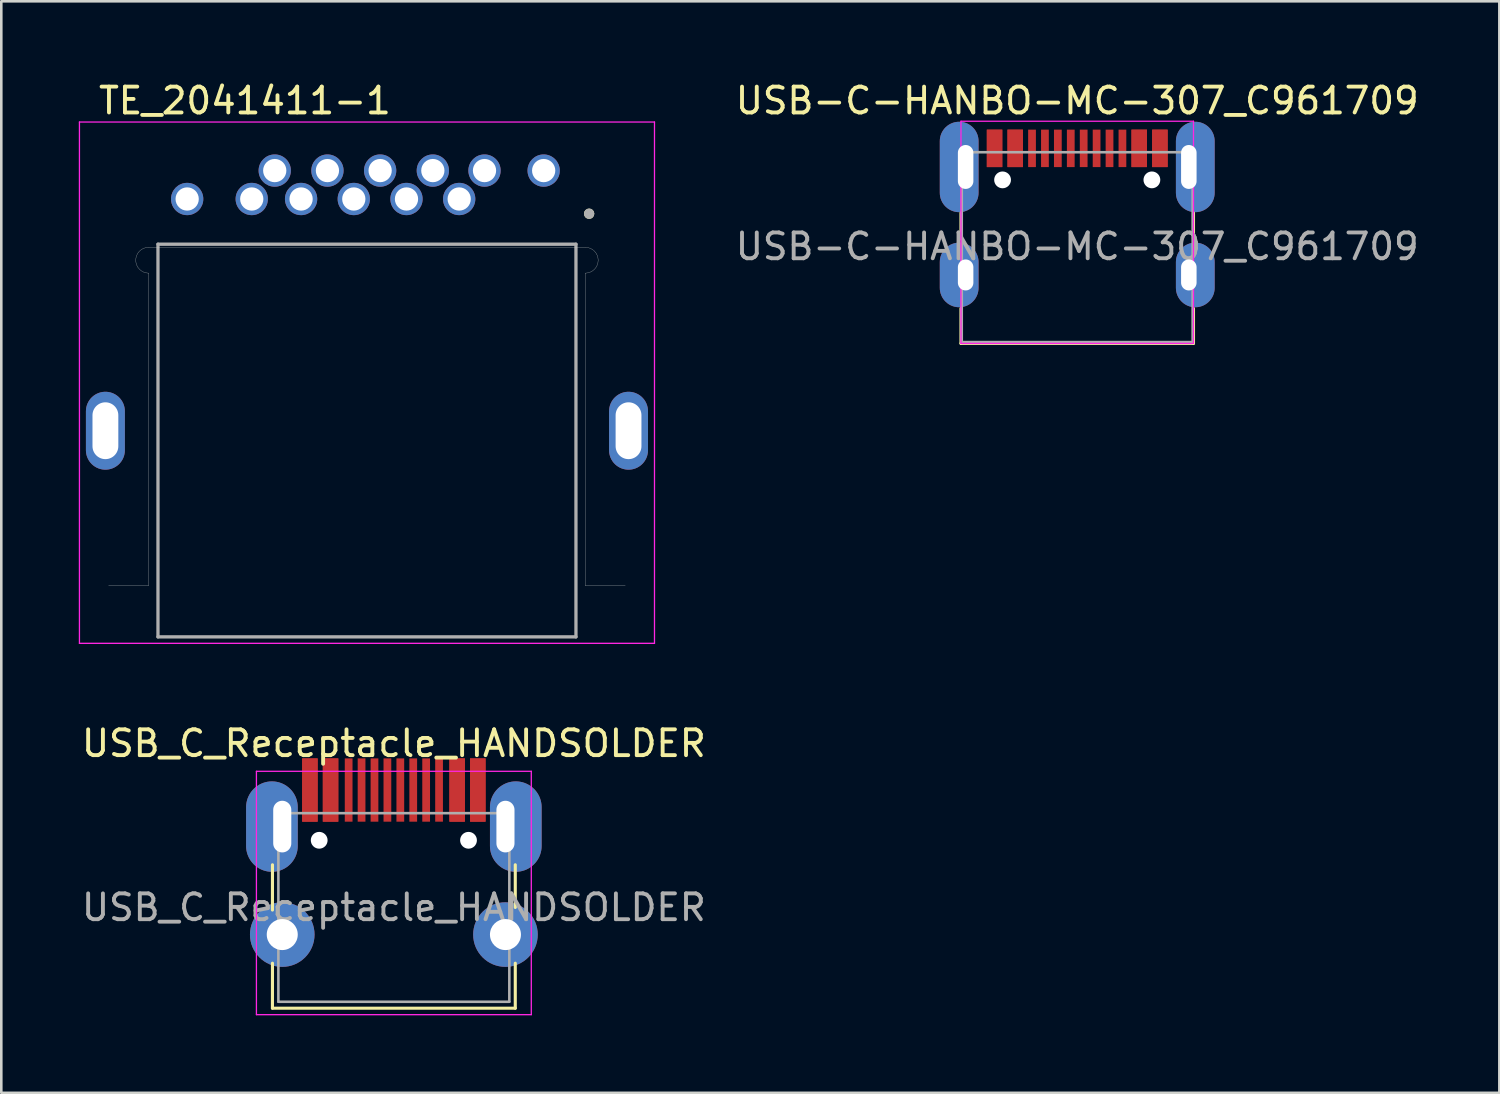
<source format=kicad_pcb>
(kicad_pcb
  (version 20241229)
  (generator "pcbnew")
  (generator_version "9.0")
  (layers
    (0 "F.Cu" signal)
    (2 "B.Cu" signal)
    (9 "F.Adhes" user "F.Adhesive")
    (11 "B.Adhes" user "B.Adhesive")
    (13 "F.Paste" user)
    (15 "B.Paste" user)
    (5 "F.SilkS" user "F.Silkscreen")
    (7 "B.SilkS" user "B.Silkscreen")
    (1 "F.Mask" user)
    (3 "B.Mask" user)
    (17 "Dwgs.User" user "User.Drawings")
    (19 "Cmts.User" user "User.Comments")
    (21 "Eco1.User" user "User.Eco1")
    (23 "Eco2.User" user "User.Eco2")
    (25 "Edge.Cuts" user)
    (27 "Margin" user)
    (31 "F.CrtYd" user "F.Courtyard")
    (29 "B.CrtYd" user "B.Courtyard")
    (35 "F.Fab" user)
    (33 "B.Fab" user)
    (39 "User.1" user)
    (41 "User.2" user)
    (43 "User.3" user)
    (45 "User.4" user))
  (footprint "USB-C-HANBO-MC-307_C961709"
    (layer "F.Cu")
    (at 38.649 7.593)
    (property "Reference" "USB-C-HANBO-MC-307_C961709" (at 0 -6.745 0) (layer "F.SilkS") (effects (font (size 1 1) (thickness 0.15))))
    (attr smd)
    (fp_line (start -4.5 -2.4) (end -4.5 -1.4) (stroke (width 0.12) (type solid)) (layer "F.SilkS"))
    (fp_line (start -4.5 1.3) (end -4.5 2.65) (stroke (width 0.12) (type solid)) (layer "F.SilkS"))
    (fp_line (start -4.5 2.65) (end 4.5 2.65) (stroke (width 0.12) (type solid)) (layer "F.SilkS"))
    (fp_line (start 4.5 -2.4) (end 4.5 -1.4) (stroke (width 0.12) (type solid)) (layer "F.SilkS"))
    (fp_line (start 4.5 1.3) (end 4.5 2.65) (stroke (width 0.12) (type solid)) (layer "F.SilkS"))
    (fp_line (start -4.5 -5.95) (end -4.5 2.65) (stroke (width 0.05) (type solid)) (layer "F.CrtYd"))
    (fp_line (start -4.5 -5.95) (end 4.5 -5.95) (stroke (width 0.05) (type solid)) (layer "F.CrtYd"))
    (fp_line (start -4.5 2.65) (end 4.5 2.65) (stroke (width 0.05) (type solid)) (layer "F.CrtYd"))
    (fp_line (start 4.5 -5.95) (end 4.5 2.65) (stroke (width 0.05) (type solid)) (layer "F.CrtYd"))
    (fp_line (start -4.47 -4.75) (end -4.47 2.6) (stroke (width 0.1) (type solid)) (layer "F.Fab"))
    (fp_line (start -4.47 -4.75) (end 4.47 -4.75) (stroke (width 0.1) (type solid)) (layer "F.Fab"))
    (fp_line (start -4.47 2.6) (end 4.47 2.6) (stroke (width 0.1) (type solid)) (layer "F.Fab"))
    (fp_line (start 4.47 -4.75) (end 4.47 2.6) (stroke (width 0.1) (type solid)) (layer "F.Fab"))
    (fp_text user "${REFERENCE}" (at 0 -1.1 0) (layer "F.Fab") (effects (font (size 1 1) (thickness 0.15))))
    (pad "" np_thru_hole circle (at -2.89 -3.68) (size 0.65 0.65) (drill 0.65) (layers "*.Cu" "*.Mask"))
    (pad "" np_thru_hole circle (at 2.89 -3.68) (size 0.65 0.65) (drill 0.65) (layers "*.Cu" "*.Mask"))
    (pad "A1" smd rect (at -3.2 -4.9) (size 0.6 1.45) (layers "F.Cu" "F.Mask" "F.Paste"))
    (pad "A4" smd rect (at -2.4 -4.9) (size 0.6 1.45) (layers "F.Cu" "F.Mask" "F.Paste"))
    (pad "A5" smd rect (at -1.25 -4.9) (size 0.3 1.45) (layers "F.Cu" "F.Mask" "F.Paste"))
    (pad "A6" smd rect (at -0.25 -4.9) (size 0.3 1.45) (layers "F.Cu" "F.Mask" "F.Paste"))
    (pad "A7" smd rect (at 0.25 -4.9) (size 0.3 1.45) (layers "F.Cu" "F.Mask" "F.Paste"))
    (pad "A8" smd rect (at 1.25 -4.9) (size 0.3 1.45) (layers "F.Cu" "F.Mask" "F.Paste"))
    (pad "A9" smd rect (at 2.4 -4.9) (size 0.6 1.45) (layers "F.Cu" "F.Mask" "F.Paste"))
    (pad "A12" smd rect (at 3.2 -4.9) (size 0.6 1.45) (layers "F.Cu" "F.Mask" "F.Paste"))
    (pad "B1" smd rect (at 3.2 -4.9) (size 0.6 1.45) (layers "F.Cu" "F.Mask" "F.Paste"))
    (pad "B4" smd rect (at 2.4 -4.9) (size 0.6 1.45) (layers "F.Cu" "F.Mask" "F.Paste"))
    (pad "B5" smd rect (at 1.75 -4.9) (size 0.3 1.45) (layers "F.Cu" "F.Mask" "F.Paste"))
    (pad "B6" smd rect (at 0.75 -4.9) (size 0.3 1.45) (layers "F.Cu" "F.Mask" "F.Paste"))
    (pad "B7" smd rect (at -0.75 -4.9) (size 0.3 1.45) (layers "F.Cu" "F.Mask" "F.Paste"))
    (pad "B8" smd rect (at -1.75 -4.9) (size 0.3 1.45) (layers "F.Cu" "F.Mask" "F.Paste"))
    (pad "B9" smd rect (at -2.4 -4.9) (size 0.6 1.45) (layers "F.Cu" "F.Mask" "F.Paste"))
    (pad "B12" smd rect (at -3.2 -4.9) (size 0.6 1.45) (layers "F.Cu" "F.Mask" "F.Paste"))
    (pad "S1" thru_hole oval (at -4.32 -4.18) (size 1.5 3.5) (drill oval 0.6 1.7 (offset -0.25 0)) (layers "*.Cu" "*.Mask"))
    (pad "S1" thru_hole oval (at -4.32 0) (size 1.5 2.5) (drill oval 0.6 1.2 (offset -0.25 0)) (layers "*.Cu" "*.Mask"))
    (pad "S1" thru_hole oval (at 4.32 -4.18) (size 1.5 3.5) (drill oval 0.6 1.7 (offset 0.25 0)) (layers "*.Cu" "*.Mask"))
    (pad "S1" thru_hole oval (at 4.32 0) (size 1.5 2.5) (drill oval 0.6 1.2 (offset 0.25 0)) (layers "*.Cu" "*.Mask")))
  (footprint "USB_C_Receptacle_HANDSOLDER"
    (layer "F.Cu")
    (at 12.196 32.077)
    (property "Reference" "USB_C_Receptacle_HANDSOLDER" (at 0 -6.35 0) (layer "F.SilkS") (effects (font (size 1 1) (thickness 0.15))))
    (attr smd)
    (fp_line (start -4.7 3.9) (end 4.7 3.9) (stroke (width 0.12) (type solid)) (layer "F.SilkS"))
    (fp_line (start -4.699 -1.651) (end -4.7 0.1) (stroke (width 0.12) (type solid)) (layer "F.SilkS"))
    (fp_line (start -4.699 2.159) (end -4.7 3.9) (stroke (width 0.12) (type solid)) (layer "F.SilkS"))
    (fp_line (start 4.7 -1.651) (end 4.7 0) (stroke (width 0.12) (type solid)) (layer "F.SilkS"))
    (fp_line (start 4.7 2.159) (end 4.7 3.9) (stroke (width 0.12) (type solid)) (layer "F.SilkS"))
    (fp_line (start -5.32 -5.27) (end -5.32 4.15) (stroke (width 0.05) (type solid)) (layer "F.CrtYd"))
    (fp_line (start -5.32 -5.27) (end 5.32 -5.27) (stroke (width 0.05) (type solid)) (layer "F.CrtYd"))
    (fp_line (start -5.32 4.15) (end 5.32 4.15) (stroke (width 0.05) (type solid)) (layer "F.CrtYd"))
    (fp_line (start 5.32 -5.27) (end 5.32 4.15) (stroke (width 0.05) (type solid)) (layer "F.CrtYd"))
    (fp_line (start -4.47 -3.65) (end -4.47 3.65) (stroke (width 0.1) (type solid)) (layer "F.Fab"))
    (fp_line (start -4.47 -3.65) (end 4.47 -3.65) (stroke (width 0.1) (type solid)) (layer "F.Fab"))
    (fp_line (start -4.47 3.65) (end 4.47 3.65) (stroke (width 0.1) (type solid)) (layer "F.Fab"))
    (fp_line (start 4.47 -3.65) (end 4.47 3.65) (stroke (width 0.1) (type solid)) (layer "F.Fab"))
    (fp_text user "${REFERENCE}" (at 0 0 0) (layer "F.Fab") (effects (font (size 1 1) (thickness 0.15))))
    (pad "" np_thru_hole circle (at -2.89 -2.6) (size 0.65 0.65) (drill 0.65) (layers "*.Cu" "*.Mask"))
    (pad "" np_thru_hole circle (at 2.89 -2.6) (size 0.65 0.65) (drill 0.65) (layers "*.Cu" "*.Mask"))
    (pad "A1" smd rect (at -3.25 -4.545) (size 0.6 2.45) (layers "F.Cu" "F.Mask" "F.Paste"))
    (pad "A4" smd rect (at -2.45 -4.545) (size 0.6 2.45) (layers "F.Cu" "F.Mask" "F.Paste"))
    (pad "A5" smd rect (at -1.25 -4.545) (size 0.3 2.45) (layers "F.Cu" "F.Mask" "F.Paste"))
    (pad "A6" smd rect (at -0.25 -4.545) (size 0.3 2.45) (layers "F.Cu" "F.Mask" "F.Paste"))
    (pad "A7" smd rect (at 0.25 -4.545) (size 0.3 2.45) (layers "F.Cu" "F.Mask" "F.Paste"))
    (pad "A8" smd rect (at 1.25 -4.545) (size 0.3 2.45) (layers "F.Cu" "F.Mask" "F.Paste"))
    (pad "A9" smd rect (at 2.45 -4.545) (size 0.6 2.45) (layers "F.Cu" "F.Mask" "F.Paste"))
    (pad "A12" smd rect (at 3.25 -4.545) (size 0.6 2.45) (layers "F.Cu" "F.Mask" "F.Paste"))
    (pad "B1" smd rect (at 3.25 -4.545) (size 0.6 2.45) (layers "F.Cu" "F.Mask" "F.Paste"))
    (pad "B4" smd rect (at 2.45 -4.545) (size 0.6 2.45) (layers "F.Cu" "F.Mask" "F.Paste"))
    (pad "B5" smd rect (at 1.75 -4.545) (size 0.3 2.45) (layers "F.Cu" "F.Mask" "F.Paste"))
    (pad "B6" smd rect (at 0.75 -4.545) (size 0.3 2.45) (layers "F.Cu" "F.Mask" "F.Paste"))
    (pad "B7" smd rect (at -0.75 -4.545) (size 0.3 2.45) (layers "F.Cu" "F.Mask" "F.Paste"))
    (pad "B8" smd rect (at -1.75 -4.545) (size 0.3 2.45) (layers "F.Cu" "F.Mask" "F.Paste"))
    (pad "B9" smd rect (at -2.45 -4.545) (size 0.6 2.45) (layers "F.Cu" "F.Mask" "F.Paste"))
    (pad "B12" smd rect (at -3.25 -4.545) (size 0.6 2.45) (layers "F.Cu" "F.Mask" "F.Paste"))
    (pad "S1" thru_hole oval (at -4.32 -3.13) (size 2 3.5) (drill oval 0.7 2 (offset -0.4 0)) (layers "*.Cu" "*.Mask"))
    (pad "S1" thru_hole circle (at -4.32 1.05) (size 2.5 2.5) (drill 1.2) (layers "*.Cu" "*.Mask"))
    (pad "S1" thru_hole oval (at 4.32 -3.13) (size 2 3.5) (drill oval 0.7 2 (offset 0.4 0)) (layers "*.Cu" "*.Mask"))
    (pad "S1" thru_hole circle (at 4.32 1.05) (size 2.5 2.5) (drill 1.2) (layers "*.Cu" "*.Mask")))
  (footprint "TE_2041411-1"
    (layer "F.Cu")
    (at 11.155 13.623)
    (property "Reference" "TE_2041411-1" (at -4.725 -12.775 0) (layer "F.SilkS") (effects (font (size 1 1) (thickness 0.15))))
    (attr through_hole)
    (fp_circle (center 8.6 -8.4) (end 8.7 -8.4) (stroke (width 0.2) (type solid)) (fill no) (layer "F.SilkS"))
    (fp_line (start -10 6) (end -8.45 6) (stroke (width 0.01) (type solid)) (layer "Edge.Cuts"))
    (fp_line (start -8.45 -7.1) (end 8.45 -7.1) (stroke (width 0.01) (type solid)) (layer "Edge.Cuts"))
    (fp_line (start -8.45 6) (end -8.45 -6.1) (stroke (width 0.01) (type solid)) (layer "Edge.Cuts"))
    (fp_line (start 8.45 -6.1) (end 8.45 6) (stroke (width 0.01) (type solid)) (layer "Edge.Cuts"))
    (fp_line (start 8.45 6) (end 10 6) (stroke (width 0.01) (type solid)) (layer "Edge.Cuts"))
    (fp_arc (start -8.45 -6.1) (mid -8.95 -6.6) (end -8.45 -7.1) (stroke (width 0.01) (type solid)) (layer "Edge.Cuts"))
    (fp_arc (start 8.45 -7.1) (mid 8.95 -6.6) (end 8.45 -6.1) (stroke (width 0.01) (type solid)) (layer "Edge.Cuts"))
    (fp_line (start -11.13 -11.95) (end 11.13 -11.95) (stroke (width 0.05) (type solid)) (layer "F.CrtYd"))
    (fp_line (start -11.13 8.23) (end -11.13 -11.95) (stroke (width 0.05) (type solid)) (layer "F.CrtYd"))
    (fp_line (start 11.13 -11.95) (end 11.13 8.23) (stroke (width 0.05) (type solid)) (layer "F.CrtYd"))
    (fp_line (start 11.13 8.23) (end -11.13 8.23) (stroke (width 0.05) (type solid)) (layer "F.CrtYd"))
    (fp_line (start -8.09 -7.22) (end 8.09 -7.22) (stroke (width 0.127) (type solid)) (layer "F.Fab"))
    (fp_line (start -8.09 7.98) (end -8.09 -7.22) (stroke (width 0.127) (type solid)) (layer "F.Fab"))
    (fp_line (start 8.09 -7.22) (end 8.09 7.98) (stroke (width 0.127) (type solid)) (layer "F.Fab"))
    (fp_line (start 8.09 7.98) (end -8.09 7.98) (stroke (width 0.127) (type solid)) (layer "F.Fab"))
    (fp_circle (center 8.6 -8.4) (end 8.7 -8.4) (stroke (width 0.2) (type solid)) (fill no) (layer "F.Fab"))
    (pad "1" thru_hole circle (at 3.57 -8.97) (size 1.25 1.25) (drill 0.9) (layers "*.Cu" "*.Mask"))
    (pad "2" thru_hole circle (at 2.55 -10.07) (size 1.25 1.25) (drill 0.9) (layers "*.Cu" "*.Mask"))
    (pad "3" thru_hole circle (at 1.53 -8.97) (size 1.25 1.25) (drill 0.9) (layers "*.Cu" "*.Mask"))
    (pad "4" thru_hole circle (at 0.51 -10.07) (size 1.25 1.25) (drill 0.9) (layers "*.Cu" "*.Mask"))
    (pad "5" thru_hole circle (at -0.51 -8.97) (size 1.25 1.25) (drill 0.9) (layers "*.Cu" "*.Mask"))
    (pad "6" thru_hole circle (at -1.53 -10.07) (size 1.25 1.25) (drill 0.9) (layers "*.Cu" "*.Mask"))
    (pad "7" thru_hole circle (at -2.55 -8.97) (size 1.25 1.25) (drill 0.9) (layers "*.Cu" "*.Mask"))
    (pad "8" thru_hole circle (at -3.57 -10.07) (size 1.25 1.25) (drill 0.9) (layers "*.Cu" "*.Mask"))
    (pad "9" thru_hole circle (at 6.84 -10.07) (size 1.25 1.25) (drill 0.9) (layers "*.Cu" "*.Mask"))
    (pad "10" thru_hole circle (at 4.55 -10.07) (size 1.25 1.25) (drill 0.9) (layers "*.Cu" "*.Mask"))
    (pad "11" thru_hole circle (at -4.46 -8.97) (size 1.25 1.25) (drill 0.9) (layers "*.Cu" "*.Mask"))
    (pad "12" thru_hole circle (at -6.96 -8.97) (size 1.25 1.25) (drill 0.9) (layers "*.Cu" "*.Mask"))
    (pad "S1" thru_hole oval (at -10.125 0) (size 1.508 3.016) (drill oval 1 2.2) (layers "*.Cu" "*.Mask"))
    (pad "S2" thru_hole oval (at 10.125 0) (size 1.508 3.016) (drill oval 1 2.2) (layers "*.Cu" "*.Mask")))
  (gr_rect
    (start -3 -3)
    (end 54.989 39.252)
    (stroke (width 0.1) (type default))
    (fill no)
    (layer "Edge.Cuts")))
</source>
